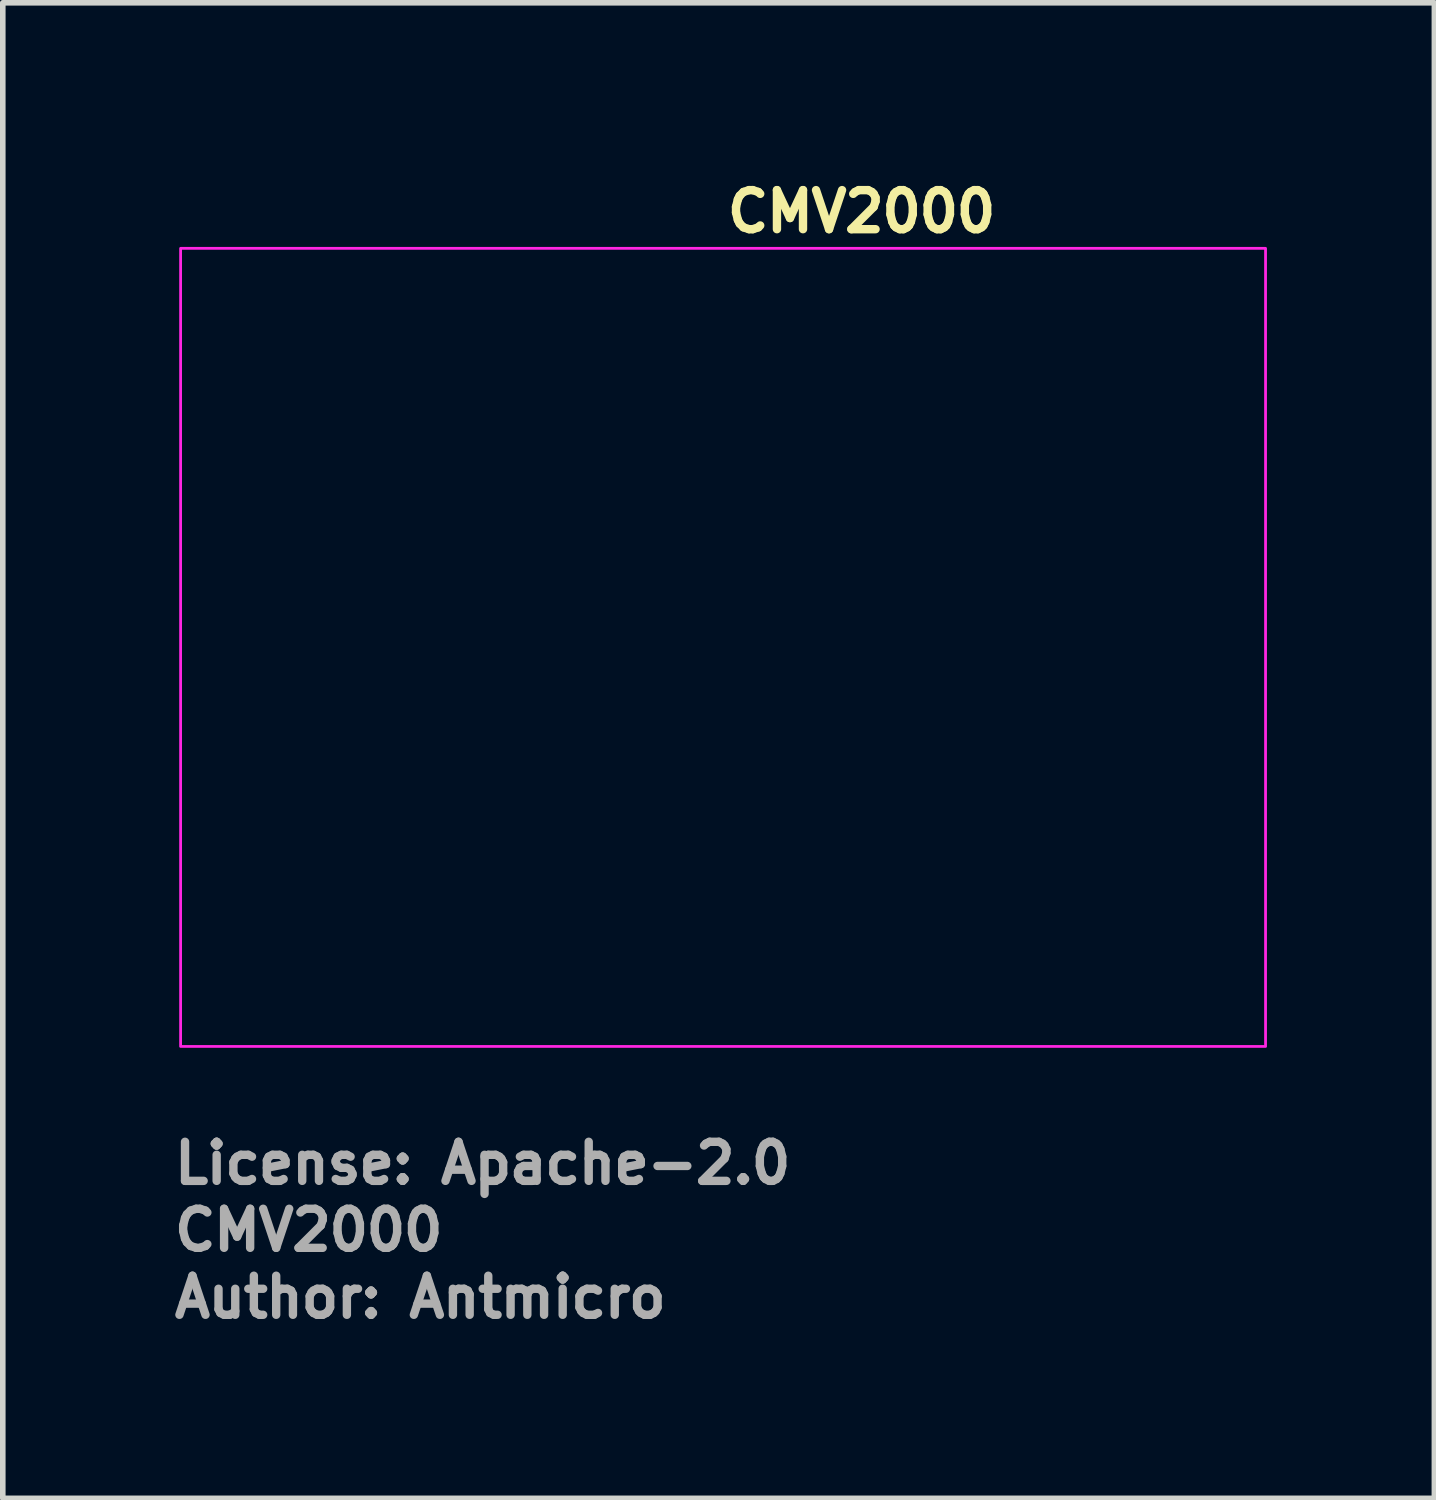
<source format=kicad_pcb>
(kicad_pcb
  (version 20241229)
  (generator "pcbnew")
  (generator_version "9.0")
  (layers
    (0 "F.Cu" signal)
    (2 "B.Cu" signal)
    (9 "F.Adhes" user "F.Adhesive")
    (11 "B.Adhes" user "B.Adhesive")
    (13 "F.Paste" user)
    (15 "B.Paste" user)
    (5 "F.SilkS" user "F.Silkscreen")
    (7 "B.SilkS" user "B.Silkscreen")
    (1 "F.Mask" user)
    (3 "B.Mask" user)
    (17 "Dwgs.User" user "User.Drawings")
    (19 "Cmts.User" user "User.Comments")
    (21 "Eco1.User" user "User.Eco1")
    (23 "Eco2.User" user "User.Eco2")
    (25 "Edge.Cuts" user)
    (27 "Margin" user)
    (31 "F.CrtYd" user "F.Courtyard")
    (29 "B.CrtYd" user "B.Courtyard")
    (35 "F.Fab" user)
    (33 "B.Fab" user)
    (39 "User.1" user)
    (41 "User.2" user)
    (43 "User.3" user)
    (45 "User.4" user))
  (footprint "CMV2000"
    (layer "F.Cu")
    (at 9.906 8.55)
    (property "Reference" "CMV2000" (at 0 -7.4 0) (unlocked yes) (layer "F.SilkS") (effects (font (size 0.7 0.7) (thickness 0.15)) (justify left bottom)))
    (attr exclude_from_pos_files exclude_from_bom)
    (fp_rect (start -9.72 -7.15) (end 9.72 7.15) (stroke (width 0.05) (type solid)) (fill no) (layer "F.CrtYd"))
    (fp_rect (start -9.325 -6.75) (end 9.325 6.75) (stroke (width 0.1) (type solid)) (fill no) (layer "User.5"))
    (fp_line (start -9.325 -6.25) (end -9.225 -6.209) (stroke (width 0.02) (type solid)) (layer "User.9"))
    (fp_line (start -9.325 -6.25) (end -8.825 -6.75) (stroke (width 0.02) (type solid)) (layer "User.9"))
    (fp_line (start -9.325 6.25) (end -9.325 -6.25) (stroke (width 0.02) (type solid)) (layer "User.9"))
    (fp_line (start -9.325 6.25) (end -9.225 6.209) (stroke (width 0.02) (type solid)) (layer "User.9"))
    (fp_line (start -9.225 -6.209) (end -9.225 6.209) (stroke (width 0.02) (type solid)) (layer "User.9"))
    (fp_line (start -9.225 6.209) (end -8.784 6.65) (stroke (width 0.02) (type solid)) (layer "User.9"))
    (fp_line (start -9.03 -6.275) (end -9.026 -6.314) (stroke (width 0.02) (type solid)) (layer "User.9"))
    (fp_line (start -9.03 -6.275) (end -8.93 -6.275) (stroke (width 0.02) (type solid)) (layer "User.9"))
    (fp_line (start -9.03 6.275) (end -9.03 -6.275) (stroke (width 0.02) (type solid)) (layer "User.9"))
    (fp_line (start -9.03 6.275) (end -8.93 6.275) (stroke (width 0.02) (type solid)) (layer "User.9"))
    (fp_line (start -9.026 -6.314) (end -9.015 -6.352) (stroke (width 0.02) (type solid)) (layer "User.9"))
    (fp_line (start -9.026 6.314) (end -9.03 6.275) (stroke (width 0.02) (type solid)) (layer "User.9"))
    (fp_line (start -9.015 -6.352) (end -8.996 -6.386) (stroke (width 0.02) (type solid)) (layer "User.9"))
    (fp_line (start -9.015 6.352) (end -9.026 6.314) (stroke (width 0.02) (type solid)) (layer "User.9"))
    (fp_line (start -8.996 -6.386) (end -8.971 -6.416) (stroke (width 0.02) (type solid)) (layer "User.9"))
    (fp_line (start -8.996 6.386) (end -9.015 6.352) (stroke (width 0.02) (type solid)) (layer "User.9"))
    (fp_line (start -8.971 -6.416) (end -8.941 -6.441) (stroke (width 0.02) (type solid)) (layer "User.9"))
    (fp_line (start -8.971 6.416) (end -8.996 6.386) (stroke (width 0.02) (type solid)) (layer "User.9"))
    (fp_line (start -8.941 -6.441) (end -8.907 -6.46) (stroke (width 0.02) (type solid)) (layer "User.9"))
    (fp_line (start -8.941 6.441) (end -8.971 6.416) (stroke (width 0.02) (type solid)) (layer "User.9"))
    (fp_line (start -8.93 -6.275) (end -8.93 6.275) (stroke (width 0.02) (type solid)) (layer "User.9"))
    (fp_line (start -8.93 6.275) (end -8.927 6.301) (stroke (width 0.02) (type solid)) (layer "User.9"))
    (fp_line (start -8.927 -6.301) (end -8.93 -6.275) (stroke (width 0.02) (type solid)) (layer "User.9"))
    (fp_line (start -8.927 6.301) (end -8.917 6.325) (stroke (width 0.02) (type solid)) (layer "User.9"))
    (fp_line (start -8.917 -6.325) (end -8.927 -6.301) (stroke (width 0.02) (type solid)) (layer "User.9"))
    (fp_line (start -8.917 6.325) (end -8.901 6.346) (stroke (width 0.02) (type solid)) (layer "User.9"))
    (fp_line (start -8.907 -6.46) (end -8.869 -6.471) (stroke (width 0.02) (type solid)) (layer "User.9"))
    (fp_line (start -8.907 6.46) (end -8.941 6.441) (stroke (width 0.02) (type solid)) (layer "User.9"))
    (fp_line (start -8.901 -6.346) (end -8.917 -6.325) (stroke (width 0.02) (type solid)) (layer "User.9"))
    (fp_line (start -8.901 6.346) (end -8.88 6.362) (stroke (width 0.02) (type solid)) (layer "User.9"))
    (fp_line (start -8.88 -6.362) (end -8.901 -6.346) (stroke (width 0.02) (type solid)) (layer "User.9"))
    (fp_line (start -8.88 6.362) (end -8.856 6.372) (stroke (width 0.02) (type solid)) (layer "User.9"))
    (fp_line (start -8.869 -6.471) (end -8.83 -6.475) (stroke (width 0.02) (type solid)) (layer "User.9"))
    (fp_line (start -8.869 6.471) (end -8.907 6.46) (stroke (width 0.02) (type solid)) (layer "User.9"))
    (fp_line (start -8.856 -6.372) (end -8.88 -6.362) (stroke (width 0.02) (type solid)) (layer "User.9"))
    (fp_line (start -8.856 6.372) (end -8.83 6.375) (stroke (width 0.02) (type solid)) (layer "User.9"))
    (fp_line (start -8.83 -6.475) (end 8.83 -6.475) (stroke (width 0.02) (type solid)) (layer "User.9"))
    (fp_line (start -8.83 -6.375) (end -8.856 -6.372) (stroke (width 0.02) (type solid)) (layer "User.9"))
    (fp_line (start -8.83 -6.375) (end -8.83 -6.475) (stroke (width 0.02) (type solid)) (layer "User.9"))
    (fp_line (start -8.83 6.375) (end 8.83 6.375) (stroke (width 0.02) (type solid)) (layer "User.9"))
    (fp_line (start -8.83 6.475) (end -8.869 6.471) (stroke (width 0.02) (type solid)) (layer "User.9"))
    (fp_line (start -8.83 6.475) (end -8.83 6.375) (stroke (width 0.02) (type solid)) (layer "User.9"))
    (fp_line (start -8.825 -6.75) (end 8.825 -6.75) (stroke (width 0.02) (type solid)) (layer "User.9"))
    (fp_line (start -8.825 6.75) (end -9.325 6.25) (stroke (width 0.02) (type solid)) (layer "User.9"))
    (fp_line (start -8.825 6.75) (end -8.784 6.65) (stroke (width 0.02) (type solid)) (layer "User.9"))
    (fp_line (start -8.784 -6.65) (end -9.225 -6.209) (stroke (width 0.02) (type solid)) (layer "User.9"))
    (fp_line (start -8.784 -6.65) (end -8.825 -6.75) (stroke (width 0.02) (type solid)) (layer "User.9"))
    (fp_line (start -8.784 6.65) (end 8.784 6.65) (stroke (width 0.02) (type solid)) (layer "User.9"))
    (fp_line (start -6.475 1.107) (end -6.472 0.941) (stroke (width 0.02) (type solid)) (layer "User.9"))
    (fp_line (start -6.474 1.272) (end -6.475 1.107) (stroke (width 0.02) (type solid)) (layer "User.9"))
    (fp_line (start -6.472 0.941) (end -6.464 0.774) (stroke (width 0.02) (type solid)) (layer "User.9"))
    (fp_line (start -6.467 1.434) (end -6.474 1.272) (stroke (width 0.02) (type solid)) (layer "User.9"))
    (fp_line (start -6.464 0.774) (end -6.419 0.106) (stroke (width 0.02) (type solid)) (layer "User.9"))
    (fp_line (start -6.461 1.514) (end -6.467 1.434) (stroke (width 0.02) (type solid)) (layer "User.9"))
    (fp_line (start -6.453 1.593) (end -6.461 1.514) (stroke (width 0.02) (type solid)) (layer "User.9"))
    (fp_line (start -6.443 1.672) (end -6.453 1.593) (stroke (width 0.02) (type solid)) (layer "User.9"))
    (fp_line (start -6.43 1.749) (end -6.443 1.672) (stroke (width 0.02) (type solid)) (layer "User.9"))
    (fp_line (start -6.419 0.106) (end -6.383 -0.547) (stroke (width 0.02) (type solid)) (layer "User.9"))
    (fp_line (start -6.415 1.826) (end -6.43 1.749) (stroke (width 0.02) (type solid)) (layer "User.9"))
    (fp_line (start -6.398 1.901) (end -6.415 1.826) (stroke (width 0.02) (type solid)) (layer "User.9"))
    (fp_line (start -6.383 -0.547) (end -6.364 -0.867) (stroke (width 0.02) (type solid)) (layer "User.9"))
    (fp_line (start -6.378 1.976) (end -6.398 1.901) (stroke (width 0.02) (type solid)) (layer "User.9"))
    (fp_line (start -6.364 -0.867) (end -6.342 -1.185) (stroke (width 0.02) (type solid)) (layer "User.9"))
    (fp_line (start -6.355 2.049) (end -6.378 1.976) (stroke (width 0.02) (type solid)) (layer "User.9"))
    (fp_line (start -6.342 -1.185) (end -6.328 -1.344) (stroke (width 0.02) (type solid)) (layer "User.9"))
    (fp_line (start -6.329 2.121) (end -6.355 2.049) (stroke (width 0.02) (type solid)) (layer "User.9"))
    (fp_line (start -6.328 -1.344) (end -6.312 -1.502) (stroke (width 0.02) (type solid)) (layer "User.9"))
    (fp_line (start -6.312 -1.502) (end -6.294 -1.66) (stroke (width 0.02) (type solid)) (layer "User.9"))
    (fp_line (start -6.3 2.191) (end -6.329 2.121) (stroke (width 0.02) (type solid)) (layer "User.9"))
    (fp_line (start -6.294 -1.66) (end -6.273 -1.817) (stroke (width 0.02) (type solid)) (layer "User.9"))
    (fp_line (start -6.273 -1.817) (end -6.248 -1.975) (stroke (width 0.02) (type solid)) (layer "User.9"))
    (fp_line (start -6.268 2.261) (end -6.3 2.191) (stroke (width 0.02) (type solid)) (layer "User.9"))
    (fp_line (start -6.248 -1.975) (end -6.221 -2.132) (stroke (width 0.02) (type solid)) (layer "User.9"))
    (fp_line (start -6.233 2.329) (end -6.268 2.261) (stroke (width 0.02) (type solid)) (layer "User.9"))
    (fp_line (start -6.221 -2.132) (end -6.191 -2.289) (stroke (width 0.02) (type solid)) (layer "User.9"))
    (fp_line (start -6.196 2.395) (end -6.233 2.329) (stroke (width 0.02) (type solid)) (layer "User.9"))
    (fp_line (start -6.191 -2.289) (end -6.159 -2.447) (stroke (width 0.02) (type solid)) (layer "User.9"))
    (fp_line (start -6.159 -2.447) (end -6.124 -2.604) (stroke (width 0.02) (type solid)) (layer "User.9"))
    (fp_line (start -6.155 2.461) (end -6.196 2.395) (stroke (width 0.02) (type solid)) (layer "User.9"))
    (fp_line (start -6.124 -2.604) (end -6.086 -2.76) (stroke (width 0.02) (type solid)) (layer "User.9"))
    (fp_line (start -6.112 2.525) (end -6.155 2.461) (stroke (width 0.02) (type solid)) (layer "User.9"))
    (fp_line (start -6.086 -2.76) (end -6.046 -2.917) (stroke (width 0.02) (type solid)) (layer "User.9"))
    (fp_line (start -6.066 2.588) (end -6.112 2.525) (stroke (width 0.02) (type solid)) (layer "User.9"))
    (fp_line (start -6.046 -2.917) (end -6.003 -3.073) (stroke (width 0.02) (type solid)) (layer "User.9"))
    (fp_line (start -6.018 2.65) (end -6.066 2.588) (stroke (width 0.02) (type solid)) (layer "User.9"))
    (fp_line (start -6.003 -3.073) (end -5.959 -3.229) (stroke (width 0.02) (type solid)) (layer "User.9"))
    (fp_line (start -5.968 2.711) (end -6.018 2.65) (stroke (width 0.02) (type solid)) (layer "User.9"))
    (fp_line (start -5.959 -3.229) (end -5.913 -3.385) (stroke (width 0.02) (type solid)) (layer "User.9"))
    (fp_line (start -5.915 2.771) (end -5.968 2.711) (stroke (width 0.02) (type solid)) (layer "User.9"))
    (fp_line (start -5.913 -3.385) (end -5.814 -3.694) (stroke (width 0.02) (type solid)) (layer "User.9"))
    (fp_line (start -5.86 2.829) (end -5.915 2.771) (stroke (width 0.02) (type solid)) (layer "User.9"))
    (fp_line (start -5.814 -3.694) (end -5.525 -3.815) (stroke (width 0.02) (type solid)) (layer "User.9"))
    (fp_line (start -5.804 2.887) (end -5.86 2.829) (stroke (width 0.02) (type solid)) (layer "User.9"))
    (fp_line (start -5.745 2.944) (end -5.804 2.887) (stroke (width 0.02) (type solid)) (layer "User.9"))
    (fp_line (start -5.635 -3.51) (end -5.635 2.47) (stroke (width 0.02) (type solid)) (layer "User.9"))
    (fp_line (start -5.635 2.47) (end 5.625 2.47) (stroke (width 0.02) (type solid)) (layer "User.9"))
    (fp_line (start -5.623 3.054) (end -5.745 2.944) (stroke (width 0.02) (type solid)) (layer "User.9"))
    (fp_line (start -5.525 -3.815) (end -5.235 -3.931) (stroke (width 0.02) (type solid)) (layer "User.9"))
    (fp_line (start -5.495 3.161) (end -5.623 3.054) (stroke (width 0.02) (type solid)) (layer "User.9"))
    (fp_line (start -5.362 3.264) (end -5.495 3.161) (stroke (width 0.02) (type solid)) (layer "User.9"))
    (fp_line (start -5.235 -3.931) (end -4.944 -4.041) (stroke (width 0.02) (type solid)) (layer "User.9"))
    (fp_line (start -5.224 3.364) (end -5.362 3.264) (stroke (width 0.02) (type solid)) (layer "User.9"))
    (fp_line (start -5.205 -1.52) (end -5.205 1.98) (stroke (width 0.02) (type solid)) (layer "User.9"))
    (fp_line (start -5.205 1.98) (end -3.205 1.98) (stroke (width 0.02) (type solid)) (layer "User.9"))
    (fp_line (start -5.083 3.461) (end -5.224 3.364) (stroke (width 0.02) (type solid)) (layer "User.9"))
    (fp_line (start -4.944 -4.041) (end -4.653 -4.143) (stroke (width 0.02) (type solid)) (layer "User.9"))
    (fp_line (start -4.939 3.555) (end -5.083 3.461) (stroke (width 0.02) (type solid)) (layer "User.9"))
    (fp_line (start -4.794 3.647) (end -4.939 3.555) (stroke (width 0.02) (type solid)) (layer "User.9"))
    (fp_line (start -4.705 -1.52) (end -5.205 -1.52) (stroke (width 0.02) (type solid)) (layer "User.9"))
    (fp_line (start -4.705 -0.02) (end -4.705 -1.52) (stroke (width 0.02) (type solid)) (layer "User.9"))
    (fp_line (start -4.705 0.48) (end -3.705 0.48) (stroke (width 0.02) (type solid)) (layer "User.9"))
    (fp_line (start -4.705 1.48) (end -4.705 0.48) (stroke (width 0.02) (type solid)) (layer "User.9"))
    (fp_line (start -4.653 -4.143) (end -4.506 -4.192) (stroke (width 0.02) (type solid)) (layer "User.9"))
    (fp_line (start -4.506 -4.192) (end -4.36 -4.238) (stroke (width 0.02) (type solid)) (layer "User.9"))
    (fp_line (start -4.502 3.823) (end -4.794 3.647) (stroke (width 0.02) (type solid)) (layer "User.9"))
    (fp_line (start -4.36 -4.238) (end -4.213 -4.282) (stroke (width 0.02) (type solid)) (layer "User.9"))
    (fp_line (start -4.356 3.908) (end -4.502 3.823) (stroke (width 0.02) (type solid)) (layer "User.9"))
    (fp_line (start -4.213 -4.282) (end -4.065 -4.323) (stroke (width 0.02) (type solid)) (layer "User.9"))
    (fp_line (start -4.21 3.991) (end -4.356 3.908) (stroke (width 0.02) (type solid)) (layer "User.9"))
    (fp_line (start -4.065 -4.323) (end -3.917 -4.362) (stroke (width 0.02) (type solid)) (layer "User.9"))
    (fp_line (start -4.064 4.071) (end -4.21 3.991) (stroke (width 0.02) (type solid)) (layer "User.9"))
    (fp_line (start -3.918 4.148) (end -4.064 4.071) (stroke (width 0.02) (type solid)) (layer "User.9"))
    (fp_line (start -3.917 -4.362) (end -3.769 -4.397) (stroke (width 0.02) (type solid)) (layer "User.9"))
    (fp_line (start -3.771 4.223) (end -3.918 4.148) (stroke (width 0.02) (type solid)) (layer "User.9"))
    (fp_line (start -3.769 -4.397) (end -3.62 -4.43) (stroke (width 0.02) (type solid)) (layer "User.9"))
    (fp_line (start -3.705 -0.02) (end -4.705 -0.02) (stroke (width 0.02) (type solid)) (layer "User.9"))
    (fp_line (start -3.705 0.48) (end -3.705 -0.02) (stroke (width 0.02) (type solid)) (layer "User.9"))
    (fp_line (start -3.624 4.295) (end -3.771 4.223) (stroke (width 0.02) (type solid)) (layer "User.9"))
    (fp_line (start -3.62 -4.43) (end -3.471 -4.459) (stroke (width 0.02) (type solid)) (layer "User.9"))
    (fp_line (start -3.477 4.363) (end -3.624 4.295) (stroke (width 0.02) (type solid)) (layer "User.9"))
    (fp_line (start -3.471 -4.459) (end -3.321 -4.486) (stroke (width 0.02) (type solid)) (layer "User.9"))
    (fp_line (start -3.33 4.428) (end -3.477 4.363) (stroke (width 0.02) (type solid)) (layer "User.9"))
    (fp_line (start -3.321 -4.486) (end -3.17 -4.508) (stroke (width 0.02) (type solid)) (layer "User.9"))
    (fp_line (start -3.205 1.48) (end -4.705 1.48) (stroke (width 0.02) (type solid)) (layer "User.9"))
    (fp_line (start -3.205 1.98) (end -3.205 1.48) (stroke (width 0.02) (type solid)) (layer "User.9"))
    (fp_line (start -3.181 4.49) (end -3.33 4.428) (stroke (width 0.02) (type solid)) (layer "User.9"))
    (fp_line (start -3.17 -4.508) (end -3.018 -4.528) (stroke (width 0.02) (type solid)) (layer "User.9"))
    (fp_line (start -3.033 4.548) (end -3.181 4.49) (stroke (width 0.02) (type solid)) (layer "User.9"))
    (fp_line (start -3.018 -4.528) (end -2.866 -4.543) (stroke (width 0.02) (type solid)) (layer "User.9"))
    (fp_line (start -2.883 4.602) (end -3.033 4.548) (stroke (width 0.02) (type solid)) (layer "User.9"))
    (fp_line (start -2.866 -4.543) (end -2.713 -4.555) (stroke (width 0.02) (type solid)) (layer "User.9"))
    (fp_line (start -2.733 4.653) (end -2.883 4.602) (stroke (width 0.02) (type solid)) (layer "User.9"))
    (fp_line (start -2.713 -4.555) (end -2.56 -4.563) (stroke (width 0.02) (type solid)) (layer "User.9"))
    (fp_line (start -2.629 4.685) (end 1.412 4.685) (stroke (width 0.02) (type solid)) (layer "User.9"))
    (fp_line (start -2.583 4.699) (end -2.733 4.653) (stroke (width 0.02) (type solid)) (layer "User.9"))
    (fp_line (start -2.56 -4.563) (end -2.406 -4.567) (stroke (width 0.02) (type solid)) (layer "User.9"))
    (fp_line (start -2.431 4.741) (end -2.583 4.699) (stroke (width 0.02) (type solid)) (layer "User.9"))
    (fp_line (start -2.406 -4.567) (end -2.251 -4.569) (stroke (width 0.02) (type solid)) (layer "User.9"))
    (fp_line (start -2.279 4.779) (end -2.431 4.741) (stroke (width 0.02) (type solid)) (layer "User.9"))
    (fp_line (start -2.251 -4.569) (end -2.096 -4.569) (stroke (width 0.02) (type solid)) (layer "User.9"))
    (fp_line (start -2.125 4.812) (end -2.279 4.779) (stroke (width 0.02) (type solid)) (layer "User.9"))
    (fp_line (start -2.096 -4.569) (end -1.941 -4.566) (stroke (width 0.02) (type solid)) (layer "User.9"))
    (fp_line (start -1.971 4.84) (end -2.125 4.812) (stroke (width 0.02) (type solid)) (layer "User.9"))
    (fp_line (start -1.941 -4.566) (end -1.63 -4.556) (stroke (width 0.02) (type solid)) (layer "User.9"))
    (fp_line (start -1.815 4.864) (end -1.971 4.84) (stroke (width 0.02) (type solid)) (layer "User.9"))
    (fp_line (start -1.659 4.883) (end -1.815 4.864) (stroke (width 0.02) (type solid)) (layer "User.9"))
    (fp_line (start -1.63 -4.556) (end -1.007 -4.526) (stroke (width 0.02) (type solid)) (layer "User.9"))
    (fp_line (start -1.501 4.898) (end -1.659 4.883) (stroke (width 0.02) (type solid)) (layer "User.9"))
    (fp_line (start -1.343 4.909) (end -1.501 4.898) (stroke (width 0.02) (type solid)) (layer "User.9"))
    (fp_line (start -1.184 4.916) (end -1.343 4.909) (stroke (width 0.02) (type solid)) (layer "User.9"))
    (fp_line (start -1.055 -0.57) (end -1.055 -0.47) (stroke (width 0.02) (type solid)) (layer "User.9"))
    (fp_line (start -1.055 -0.47) (end -0.055 -0.47) (stroke (width 0.02) (type solid)) (layer "User.9"))
    (fp_line (start -1.024 4.919) (end -1.184 4.916) (stroke (width 0.02) (type solid)) (layer "User.9"))
    (fp_line (start -1.007 -4.526) (end -0.697 -4.512) (stroke (width 0.02) (type solid)) (layer "User.9"))
    (fp_line (start -0.863 4.919) (end -1.024 4.919) (stroke (width 0.02) (type solid)) (layer "User.9"))
    (fp_line (start -0.702 4.915) (end -0.863 4.919) (stroke (width 0.02) (type solid)) (layer "User.9"))
    (fp_line (start -0.697 -4.512) (end -0.388 -4.503) (stroke (width 0.02) (type solid)) (layer "User.9"))
    (fp_line (start -0.541 4.909) (end -0.702 4.915) (stroke (width 0.02) (type solid)) (layer "User.9"))
    (fp_line (start -0.388 -4.503) (end -0.235 -4.502) (stroke (width 0.02) (type solid)) (layer "User.9"))
    (fp_line (start -0.379 4.9) (end -0.541 4.909) (stroke (width 0.02) (type solid)) (layer "User.9"))
    (fp_line (start -0.235 -4.502) (end -0.083 -4.502) (stroke (width 0.02) (type solid)) (layer "User.9"))
    (fp_line (start -0.217 4.888) (end -0.379 4.9) (stroke (width 0.02) (type solid)) (layer "User.9"))
    (fp_line (start -0.083 -4.502) (end 0.069 -4.506) (stroke (width 0.02) (type solid)) (layer "User.9"))
    (fp_line (start -0.055 -1.57) (end -0.055 -0.57) (stroke (width 0.02) (type solid)) (layer "User.9"))
    (fp_line (start -0.055 -0.57) (end -1.055 -0.57) (stroke (width 0.02) (type solid)) (layer "User.9"))
    (fp_line (start -0.055 -0.47) (end -0.055 0.53) (stroke (width 0.02) (type solid)) (layer "User.9"))
    (fp_line (start -0.055 0.53) (end 0.045 0.53) (stroke (width 0.02) (type solid)) (layer "User.9"))
    (fp_line (start -0.054 4.875) (end -0.217 4.888) (stroke (width 0.02) (type solid)) (layer "User.9"))
    (fp_line (start 0.045 -1.57) (end -0.055 -1.57) (stroke (width 0.02) (type solid)) (layer "User.9"))
    (fp_line (start 0.045 -0.57) (end 0.045 -1.57) (stroke (width 0.02) (type solid)) (layer "User.9"))
    (fp_line (start 0.045 -0.47) (end 1.045 -0.47) (stroke (width 0.02) (type solid)) (layer "User.9"))
    (fp_line (start 0.045 0.53) (end 0.045 -0.47) (stroke (width 0.02) (type solid)) (layer "User.9"))
    (fp_line (start 0.069 -4.506) (end 0.22 -4.512) (stroke (width 0.02) (type solid)) (layer "User.9"))
    (fp_line (start 0.108 4.859) (end -0.054 4.875) (stroke (width 0.02) (type solid)) (layer "User.9"))
    (fp_line (start 0.22 -4.512) (end 0.37 -4.522) (stroke (width 0.02) (type solid)) (layer "User.9"))
    (fp_line (start 0.37 -4.522) (end 0.519 -4.535) (stroke (width 0.02) (type solid)) (layer "User.9"))
    (fp_line (start 0.434 4.822) (end 0.108 4.859) (stroke (width 0.02) (type solid)) (layer "User.9"))
    (fp_line (start 0.519 -4.535) (end 0.666 -4.553) (stroke (width 0.02) (type solid)) (layer "User.9"))
    (fp_line (start 0.666 -4.553) (end 0.813 -4.575) (stroke (width 0.02) (type solid)) (layer "User.9"))
    (fp_line (start 0.759 4.78) (end 0.434 4.822) (stroke (width 0.02) (type solid)) (layer "User.9"))
    (fp_line (start 0.813 -4.575) (end 0.958 -4.602) (stroke (width 0.02) (type solid)) (layer "User.9"))
    (fp_line (start 0.958 -4.602) (end 1.103 -4.633) (stroke (width 0.02) (type solid)) (layer "User.9"))
    (fp_line (start 1.045 -0.57) (end 0.045 -0.57) (stroke (width 0.02) (type solid)) (layer "User.9"))
    (fp_line (start 1.045 -0.47) (end 1.045 -0.57) (stroke (width 0.02) (type solid)) (layer "User.9"))
    (fp_line (start 1.084 4.734) (end 0.759 4.78) (stroke (width 0.02) (type solid)) (layer "User.9"))
    (fp_line (start 1.103 -4.633) (end 1.246 -4.668) (stroke (width 0.02) (type solid)) (layer "User.9"))
    (fp_line (start 1.246 -4.668) (end 1.39 -4.705) (stroke (width 0.02) (type solid)) (layer "User.9"))
    (fp_line (start 1.39 -4.705) (end 1.677 -4.787) (stroke (width 0.02) (type solid)) (layer "User.9"))
    (fp_line (start 1.677 -4.787) (end 1.967 -4.874) (stroke (width 0.02) (type solid)) (layer "User.9"))
    (fp_line (start 1.728 4.638) (end 1.084 4.734) (stroke (width 0.02) (type solid)) (layer "User.9"))
    (fp_line (start 1.967 -4.874) (end 2.261 -4.961) (stroke (width 0.02) (type solid)) (layer "User.9"))
    (fp_line (start 2.261 -4.961) (end 2.411 -5.003) (stroke (width 0.02) (type solid)) (layer "User.9"))
    (fp_line (start 2.366 4.547) (end 1.728 4.638) (stroke (width 0.02) (type solid)) (layer "User.9"))
    (fp_line (start 2.411 -5.003) (end 2.563 -5.044) (stroke (width 0.02) (type solid)) (layer "User.9"))
    (fp_line (start 2.563 -5.044) (end 2.717 -5.083) (stroke (width 0.02) (type solid)) (layer "User.9"))
    (fp_line (start 2.684 4.504) (end 2.366 4.547) (stroke (width 0.02) (type solid)) (layer "User.9"))
    (fp_line (start 2.717 -5.083) (end 2.874 -5.12) (stroke (width 0.02) (type solid)) (layer "User.9"))
    (fp_line (start 2.874 -5.12) (end 3.035 -5.153) (stroke (width 0.02) (type solid)) (layer "User.9"))
    (fp_line (start 3.002 4.464) (end 2.684 4.504) (stroke (width 0.02) (type solid)) (layer "User.9"))
    (fp_line (start 3.035 -5.153) (end 3.198 -5.182) (stroke (width 0.02) (type solid)) (layer "User.9"))
    (fp_line (start 3.198 -5.182) (end 3.365 -5.207) (stroke (width 0.02) (type solid)) (layer "User.9"))
    (fp_line (start 3.322 4.427) (end 3.002 4.464) (stroke (width 0.02) (type solid)) (layer "User.9"))
    (fp_line (start 3.365 -5.207) (end 3.534 -5.227) (stroke (width 0.02) (type solid)) (layer "User.9"))
    (fp_line (start 3.534 -5.227) (end 3.705 -5.243) (stroke (width 0.02) (type solid)) (layer "User.9"))
    (fp_line (start 3.643 4.393) (end 3.322 4.427) (stroke (width 0.02) (type solid)) (layer "User.9"))
    (fp_line (start 3.705 -5.243) (end 3.877 -5.254) (stroke (width 0.02) (type solid)) (layer "User.9"))
    (fp_line (start 3.877 -5.254) (end 4.05 -5.26) (stroke (width 0.02) (type solid)) (layer "User.9"))
    (fp_line (start 4.05 -5.26) (end 4.222 -5.26) (stroke (width 0.02) (type solid)) (layer "User.9"))
    (fp_line (start 4.222 -5.26) (end 4.393 -5.254) (stroke (width 0.02) (type solid)) (layer "User.9"))
    (fp_line (start 4.291 4.333) (end 3.643 4.393) (stroke (width 0.02) (type solid)) (layer "User.9"))
    (fp_line (start 4.393 -5.254) (end 4.563 -5.243) (stroke (width 0.02) (type solid)) (layer "User.9"))
    (fp_line (start 4.454 4.315) (end 4.291 4.333) (stroke (width 0.02) (type solid)) (layer "User.9"))
    (fp_line (start 4.563 -5.243) (end 4.73 -5.226) (stroke (width 0.02) (type solid)) (layer "User.9"))
    (fp_line (start 4.615 4.294) (end 4.454 4.315) (stroke (width 0.02) (type solid)) (layer "User.9"))
    (fp_line (start 4.73 -5.226) (end 4.895 -5.202) (stroke (width 0.02) (type solid)) (layer "User.9"))
    (fp_line (start 4.775 4.27) (end 4.615 4.294) (stroke (width 0.02) (type solid)) (layer "User.9"))
    (fp_line (start 4.895 -5.202) (end 5.056 -5.172) (stroke (width 0.02) (type solid)) (layer "User.9"))
    (fp_line (start 4.935 4.241) (end 4.775 4.27) (stroke (width 0.02) (type solid)) (layer "User.9"))
    (fp_line (start 5.056 -5.172) (end 5.212 -5.135) (stroke (width 0.02) (type solid)) (layer "User.9"))
    (fp_line (start 5.092 4.207) (end 4.935 4.241) (stroke (width 0.02) (type solid)) (layer "User.9"))
    (fp_line (start 5.212 -5.135) (end 5.288 -5.113) (stroke (width 0.02) (type solid)) (layer "User.9"))
    (fp_line (start 5.248 4.167) (end 5.092 4.207) (stroke (width 0.02) (type solid)) (layer "User.9"))
    (fp_line (start 5.288 -5.113) (end 5.363 -5.09) (stroke (width 0.02) (type solid)) (layer "User.9"))
    (fp_line (start 5.363 -5.09) (end 5.437 -5.066) (stroke (width 0.02) (type solid)) (layer "User.9"))
    (fp_line (start 5.402 4.119) (end 5.248 4.167) (stroke (width 0.02) (type solid)) (layer "User.9"))
    (fp_line (start 5.437 -5.066) (end 5.508 -5.039) (stroke (width 0.02) (type solid)) (layer "User.9"))
    (fp_line (start 5.478 4.093) (end 5.402 4.119) (stroke (width 0.02) (type solid)) (layer "User.9"))
    (fp_line (start 5.508 -5.039) (end 5.579 -5.01) (stroke (width 0.02) (type solid)) (layer "User.9"))
    (fp_line (start 5.553 4.064) (end 5.478 4.093) (stroke (width 0.02) (type solid)) (layer "User.9"))
    (fp_line (start 5.579 -5.01) (end 5.647 -4.98) (stroke (width 0.02) (type solid)) (layer "User.9"))
    (fp_line (start 5.625 -3.51) (end -5.635 -3.51) (stroke (width 0.02) (type solid)) (layer "User.9"))
    (fp_line (start 5.625 2.47) (end 5.625 -3.51) (stroke (width 0.02) (type solid)) (layer "User.9"))
    (fp_line (start 5.628 4.033) (end 5.553 4.064) (stroke (width 0.02) (type solid)) (layer "User.9"))
    (fp_line (start 5.647 -4.98) (end 5.714 -4.947) (stroke (width 0.02) (type solid)) (layer "User.9"))
    (fp_line (start 5.702 4) (end 5.628 4.033) (stroke (width 0.02) (type solid)) (layer "User.9"))
    (fp_line (start 5.714 -4.947) (end 5.779 -4.913) (stroke (width 0.02) (type solid)) (layer "User.9"))
    (fp_line (start 5.775 3.964) (end 5.702 4) (stroke (width 0.02) (type solid)) (layer "User.9"))
    (fp_line (start 5.779 -4.913) (end 5.842 -4.876) (stroke (width 0.02) (type solid)) (layer "User.9"))
    (fp_line (start 5.842 -4.876) (end 5.903 -4.838) (stroke (width 0.02) (type solid)) (layer "User.9"))
    (fp_line (start 5.847 3.926) (end 5.775 3.964) (stroke (width 0.02) (type solid)) (layer "User.9"))
    (fp_line (start 5.903 -4.838) (end 5.962 -4.797) (stroke (width 0.02) (type solid)) (layer "User.9"))
    (fp_line (start 5.919 3.885) (end 5.847 3.926) (stroke (width 0.02) (type solid)) (layer "User.9"))
    (fp_line (start 5.962 -4.797) (end 6.018 -4.755) (stroke (width 0.02) (type solid)) (layer "User.9"))
    (fp_line (start 5.989 3.842) (end 5.919 3.885) (stroke (width 0.02) (type solid)) (layer "User.9"))
    (fp_line (start 6.018 -4.755) (end 6.072 -4.71) (stroke (width 0.02) (type solid)) (layer "User.9"))
    (fp_line (start 6.059 3.796) (end 5.989 3.842) (stroke (width 0.02) (type solid)) (layer "User.9"))
    (fp_line (start 6.072 -4.71) (end 6.124 -4.663) (stroke (width 0.02) (type solid)) (layer "User.9"))
    (fp_line (start 6.1 -4.685) (end 1.314 -4.685) (stroke (width 0.02) (type solid)) (layer "User.9"))
    (fp_line (start 6.124 -4.663) (end 6.173 -4.614) (stroke (width 0.02) (type solid)) (layer "User.9"))
    (fp_line (start 6.127 3.748) (end 6.059 3.796) (stroke (width 0.02) (type solid)) (layer "User.9"))
    (fp_line (start 6.173 -4.614) (end 6.22 -4.563) (stroke (width 0.02) (type solid)) (layer "User.9"))
    (fp_line (start 6.193 3.698) (end 6.127 3.748) (stroke (width 0.02) (type solid)) (layer "User.9"))
    (fp_line (start 6.22 -4.563) (end 6.264 -4.509) (stroke (width 0.02) (type solid)) (layer "User.9"))
    (fp_line (start 6.259 3.645) (end 6.193 3.698) (stroke (width 0.02) (type solid)) (layer "User.9"))
    (fp_line (start 6.264 -4.509) (end 6.305 -4.453) (stroke (width 0.02) (type solid)) (layer "User.9"))
    (fp_line (start 6.305 -4.453) (end 6.344 -4.395) (stroke (width 0.02) (type solid)) (layer "User.9"))
    (fp_line (start 6.322 3.591) (end 6.259 3.645) (stroke (width 0.02) (type solid)) (layer "User.9"))
    (fp_line (start 6.344 -4.395) (end 6.38 -4.335) (stroke (width 0.02) (type solid)) (layer "User.9"))
    (fp_line (start 6.38 -4.335) (end 6.414 -4.273) (stroke (width 0.02) (type solid)) (layer "User.9"))
    (fp_line (start 6.384 3.535) (end 6.322 3.591) (stroke (width 0.02) (type solid)) (layer "User.9"))
    (fp_line (start 6.414 -4.273) (end 6.445 -4.209) (stroke (width 0.02) (type solid)) (layer "User.9"))
    (fp_line (start 6.443 3.476) (end 6.384 3.535) (stroke (width 0.02) (type solid)) (layer "User.9"))
    (fp_line (start 6.445 -4.209) (end 6.474 -4.143) (stroke (width 0.02) (type solid)) (layer "User.9"))
    (fp_line (start 6.474 -4.143) (end 6.501 -4.076) (stroke (width 0.02) (type solid)) (layer "User.9"))
    (fp_line (start 6.501 -4.076) (end 6.526 -4.007) (stroke (width 0.02) (type solid)) (layer "User.9"))
    (fp_line (start 6.501 3.416) (end 6.443 3.476) (stroke (width 0.02) (type solid)) (layer "User.9"))
    (fp_line (start 6.526 -4.007) (end 6.549 -3.936) (stroke (width 0.02) (type solid)) (layer "User.9"))
    (fp_line (start 6.549 -3.936) (end 6.569 -3.864) (stroke (width 0.02) (type solid)) (layer "User.9"))
    (fp_line (start 6.556 3.354) (end 6.501 3.416) (stroke (width 0.02) (type solid)) (layer "User.9"))
    (fp_line (start 6.569 -3.864) (end 6.588 -3.791) (stroke (width 0.02) (type solid)) (layer "User.9"))
    (fp_line (start 6.588 -3.791) (end 6.621 -3.64) (stroke (width 0.02) (type solid)) (layer "User.9"))
    (fp_line (start 6.609 3.291) (end 6.556 3.354) (stroke (width 0.02) (type solid)) (layer "User.9"))
    (fp_line (start 6.621 -3.64) (end 6.647 -3.485) (stroke (width 0.02) (type solid)) (layer "User.9"))
    (fp_line (start 6.647 -3.485) (end 6.667 -3.327) (stroke (width 0.02) (type solid)) (layer "User.9"))
    (fp_line (start 6.66 3.226) (end 6.609 3.291) (stroke (width 0.02) (type solid)) (layer "User.9"))
    (fp_line (start 6.667 -3.327) (end 6.683 -3.165) (stroke (width 0.02) (type solid)) (layer "User.9"))
    (fp_line (start 6.683 -3.165) (end 6.693 -3.001) (stroke (width 0.02) (type solid)) (layer "User.9"))
    (fp_line (start 6.693 -3.001) (end 6.701 -2.836) (stroke (width 0.02) (type solid)) (layer "User.9"))
    (fp_line (start 6.701 -2.836) (end 6.705 -2.67) (stroke (width 0.02) (type solid)) (layer "User.9"))
    (fp_line (start 6.704 -1.536) (end 6.707 -1.228) (stroke (width 0.02) (type solid)) (layer "User.9"))
    (fp_line (start 6.705 -2.67) (end 6.707 -2.503) (stroke (width 0.02) (type solid)) (layer "User.9"))
    (fp_line (start 6.706 -2.173) (end 6.704 -1.536) (stroke (width 0.02) (type solid)) (layer "User.9"))
    (fp_line (start 6.707 -2.503) (end 6.706 -2.173) (stroke (width 0.02) (type solid)) (layer "User.9"))
    (fp_line (start 6.707 -1.228) (end 6.713 -0.925) (stroke (width 0.02) (type solid)) (layer "User.9"))
    (fp_line (start 6.707 3.159) (end 6.66 3.226) (stroke (width 0.02) (type solid)) (layer "User.9"))
    (fp_line (start 6.713 -0.925) (end 6.726 -0.624) (stroke (width 0.02) (type solid)) (layer "User.9"))
    (fp_line (start 6.726 -0.624) (end 6.745 -0.323) (stroke (width 0.02) (type solid)) (layer "User.9"))
    (fp_line (start 6.745 -0.323) (end 6.758 -0.173) (stroke (width 0.02) (type solid)) (layer "User.9"))
    (fp_line (start 6.752 3.091) (end 6.707 3.159) (stroke (width 0.02) (type solid)) (layer "User.9"))
    (fp_line (start 6.758 -0.173) (end 6.774 -0.022) (stroke (width 0.02) (type solid)) (layer "User.9"))
    (fp_line (start 6.774 -0.022) (end 6.792 0.13) (stroke (width 0.02) (type solid)) (layer "User.9"))
    (fp_line (start 6.792 0.13) (end 6.812 0.282) (stroke (width 0.02) (type solid)) (layer "User.9"))
    (fp_line (start 6.795 3.022) (end 6.752 3.091) (stroke (width 0.02) (type solid)) (layer "User.9"))
    (fp_line (start 6.812 0.282) (end 6.835 0.436) (stroke (width 0.02) (type solid)) (layer "User.9"))
    (fp_line (start 6.834 2.952) (end 6.795 3.022) (stroke (width 0.02) (type solid)) (layer "User.9"))
    (fp_line (start 6.835 0.436) (end 6.862 0.591) (stroke (width 0.02) (type solid)) (layer "User.9"))
    (fp_line (start 6.862 0.591) (end 6.918 0.904) (stroke (width 0.02) (type solid)) (layer "User.9"))
    (fp_line (start 6.869 2.88) (end 6.834 2.952) (stroke (width 0.02) (type solid)) (layer "User.9"))
    (fp_line (start 6.902 2.808) (end 6.869 2.88) (stroke (width 0.02) (type solid)) (layer "User.9"))
    (fp_line (start 6.918 0.904) (end 6.973 1.218) (stroke (width 0.02) (type solid)) (layer "User.9"))
    (fp_line (start 6.931 2.734) (end 6.902 2.808) (stroke (width 0.02) (type solid)) (layer "User.9"))
    (fp_line (start 6.955 2.663) (end 6.931 2.734) (stroke (width 0.02) (type solid)) (layer "User.9"))
    (fp_line (start 6.973 1.218) (end 6.998 1.376) (stroke (width 0.02) (type solid)) (layer "User.9"))
    (fp_line (start 6.977 2.592) (end 6.955 2.663) (stroke (width 0.02) (type solid)) (layer "User.9"))
    (fp_line (start 6.995 2.52) (end 6.977 2.592) (stroke (width 0.02) (type solid)) (layer "User.9"))
    (fp_line (start 6.998 1.376) (end 7.019 1.532) (stroke (width 0.02) (type solid)) (layer "User.9"))
    (fp_line (start 7.01 2.447) (end 6.995 2.52) (stroke (width 0.02) (type solid)) (layer "User.9"))
    (fp_line (start 7.019 1.532) (end 7.035 1.688) (stroke (width 0.02) (type solid)) (layer "User.9"))
    (fp_line (start 7.023 2.373) (end 7.01 2.447) (stroke (width 0.02) (type solid)) (layer "User.9"))
    (fp_line (start 7.033 2.299) (end 7.023 2.373) (stroke (width 0.02) (type solid)) (layer "User.9"))
    (fp_line (start 7.035 1.688) (end 7.046 1.843) (stroke (width 0.02) (type solid)) (layer "User.9"))
    (fp_line (start 7.04 2.224) (end 7.033 2.299) (stroke (width 0.02) (type solid)) (layer "User.9"))
    (fp_line (start 7.046 1.843) (end 7.049 1.997) (stroke (width 0.02) (type solid)) (layer "User.9"))
    (fp_line (start 7.046 2.149) (end 7.04 2.224) (stroke (width 0.02) (type solid)) (layer "User.9"))
    (fp_line (start 7.049 1.997) (end 7.049 2.073) (stroke (width 0.02) (type solid)) (layer "User.9"))
    (fp_line (start 7.049 2.073) (end 7.046 2.149) (stroke (width 0.02) (type solid)) (layer "User.9"))
    (fp_line (start 8.784 -6.65) (end -8.784 -6.65) (stroke (width 0.02) (type solid)) (layer "User.9"))
    (fp_line (start 8.784 -6.65) (end 8.825 -6.75) (stroke (width 0.02) (type solid)) (layer "User.9"))
    (fp_line (start 8.784 6.65) (end 9.225 6.209) (stroke (width 0.02) (type solid)) (layer "User.9"))
    (fp_line (start 8.825 -6.75) (end 9.325 -6.25) (stroke (width 0.02) (type solid)) (layer "User.9"))
    (fp_line (start 8.825 6.75) (end -8.825 6.75) (stroke (width 0.02) (type solid)) (layer "User.9"))
    (fp_line (start 8.825 6.75) (end 8.784 6.65) (stroke (width 0.02) (type solid)) (layer "User.9"))
    (fp_line (start 8.83 -6.475) (end 8.869 -6.471) (stroke (width 0.02) (type solid)) (layer "User.9"))
    (fp_line (start 8.83 -6.375) (end -8.83 -6.375) (stroke (width 0.02) (type solid)) (layer "User.9"))
    (fp_line (start 8.83 -6.375) (end 8.83 -6.475) (stroke (width 0.02) (type solid)) (layer "User.9"))
    (fp_line (start 8.83 6.375) (end 8.856 6.372) (stroke (width 0.02) (type solid)) (layer "User.9"))
    (fp_line (start 8.83 6.475) (end -8.83 6.475) (stroke (width 0.02) (type solid)) (layer "User.9"))
    (fp_line (start 8.83 6.475) (end 8.83 6.375) (stroke (width 0.02) (type solid)) (layer "User.9"))
    (fp_line (start 8.856 -6.372) (end 8.83 -6.375) (stroke (width 0.02) (type solid)) (layer "User.9"))
    (fp_line (start 8.856 6.372) (end 8.88 6.362) (stroke (width 0.02) (type solid)) (layer "User.9"))
    (fp_line (start 8.869 -6.471) (end 8.907 -6.46) (stroke (width 0.02) (type solid)) (layer "User.9"))
    (fp_line (start 8.869 6.471) (end 8.83 6.475) (stroke (width 0.02) (type solid)) (layer "User.9"))
    (fp_line (start 8.88 -6.362) (end 8.856 -6.372) (stroke (width 0.02) (type solid)) (layer "User.9"))
    (fp_line (start 8.88 6.362) (end 8.901 6.346) (stroke (width 0.02) (type solid)) (layer "User.9"))
    (fp_line (start 8.901 -6.346) (end 8.88 -6.362) (stroke (width 0.02) (type solid)) (layer "User.9"))
    (fp_line (start 8.901 6.346) (end 8.917 6.325) (stroke (width 0.02) (type solid)) (layer "User.9"))
    (fp_line (start 8.907 -6.46) (end 8.941 -6.441) (stroke (width 0.02) (type solid)) (layer "User.9"))
    (fp_line (start 8.907 6.46) (end 8.869 6.471) (stroke (width 0.02) (type solid)) (layer "User.9"))
    (fp_line (start 8.917 -6.325) (end 8.901 -6.346) (stroke (width 0.02) (type solid)) (layer "User.9"))
    (fp_line (start 8.917 6.325) (end 8.927 6.301) (stroke (width 0.02) (type solid)) (layer "User.9"))
    (fp_line (start 8.927 -6.301) (end 8.917 -6.325) (stroke (width 0.02) (type solid)) (layer "User.9"))
    (fp_line (start 8.927 6.301) (end 8.93 6.275) (stroke (width 0.02) (type solid)) (layer "User.9"))
    (fp_line (start 8.93 -6.275) (end 8.927 -6.301) (stroke (width 0.02) (type solid)) (layer "User.9"))
    (fp_line (start 8.93 -6.275) (end 9.03 -6.275) (stroke (width 0.02) (type solid)) (layer "User.9"))
    (fp_line (start 8.93 6.275) (end 8.93 -6.275) (stroke (width 0.02) (type solid)) (layer "User.9"))
    (fp_line (start 8.93 6.275) (end 9.03 6.275) (stroke (width 0.02) (type solid)) (layer "User.9"))
    (fp_line (start 8.941 -6.441) (end 8.971 -6.416) (stroke (width 0.02) (type solid)) (layer "User.9"))
    (fp_line (start 8.941 6.441) (end 8.907 6.46) (stroke (width 0.02) (type solid)) (layer "User.9"))
    (fp_line (start 8.971 -6.416) (end 8.996 -6.386) (stroke (width 0.02) (type solid)) (layer "User.9"))
    (fp_line (start 8.971 6.416) (end 8.941 6.441) (stroke (width 0.02) (type solid)) (layer "User.9"))
    (fp_line (start 8.996 -6.386) (end 9.015 -6.352) (stroke (width 0.02) (type solid)) (layer "User.9"))
    (fp_line (start 8.996 6.386) (end 8.971 6.416) (stroke (width 0.02) (type solid)) (layer "User.9"))
    (fp_line (start 9.015 -6.352) (end 9.026 -6.314) (stroke (width 0.02) (type solid)) (layer "User.9"))
    (fp_line (start 9.015 6.352) (end 8.996 6.386) (stroke (width 0.02) (type solid)) (layer "User.9"))
    (fp_line (start 9.026 -6.314) (end 9.03 -6.275) (stroke (width 0.02) (type solid)) (layer "User.9"))
    (fp_line (start 9.026 6.314) (end 9.015 6.352) (stroke (width 0.02) (type solid)) (layer "User.9"))
    (fp_line (start 9.03 -6.275) (end 9.03 6.275) (stroke (width 0.02) (type solid)) (layer "User.9"))
    (fp_line (start 9.03 6.275) (end 9.026 6.314) (stroke (width 0.02) (type solid)) (layer "User.9"))
    (fp_line (start 9.225 -6.209) (end 8.784 -6.65) (stroke (width 0.02) (type solid)) (layer "User.9"))
    (fp_line (start 9.225 -6.209) (end 9.325 -6.25) (stroke (width 0.02) (type solid)) (layer "User.9"))
    (fp_line (start 9.225 6.209) (end 9.225 -6.209) (stroke (width 0.02) (type solid)) (layer "User.9"))
    (fp_line (start 9.225 6.209) (end 9.325 6.25) (stroke (width 0.02) (type solid)) (layer "User.9"))
    (fp_line (start 9.325 -6.25) (end 9.325 6.25) (stroke (width 0.02) (type solid)) (layer "User.9"))
    (fp_line (start 9.325 6.25) (end 8.825 6.75) (stroke (width 0.02) (type solid)) (layer "User.9"))
    (fp_text user "${REFERENCE}" (at -9.906 10.852 0) (unlocked yes) (layer "F.Fab") (effects (font (size 0.7 0.7) (thickness 0.15)) (justify left bottom)))
    (fp_text user "Author: Antmicro" (at -9.906 12.052 0) (layer "F.Fab") (effects (font (size 0.7 0.7) (thickness 0.15)) (justify left bottom)))
    (fp_text user "License: Apache-2.0" (at -9.906 9.652 0) (layer "F.Fab") (effects (font (size 0.7 0.7) (thickness 0.15)) (justify left bottom))))
  (gr_rect
    (start -3 -3)
    (end 22.651 23.797)
    (stroke (width 0.1) (type default))
    (fill no)
    (layer "Edge.Cuts")))
</source>
